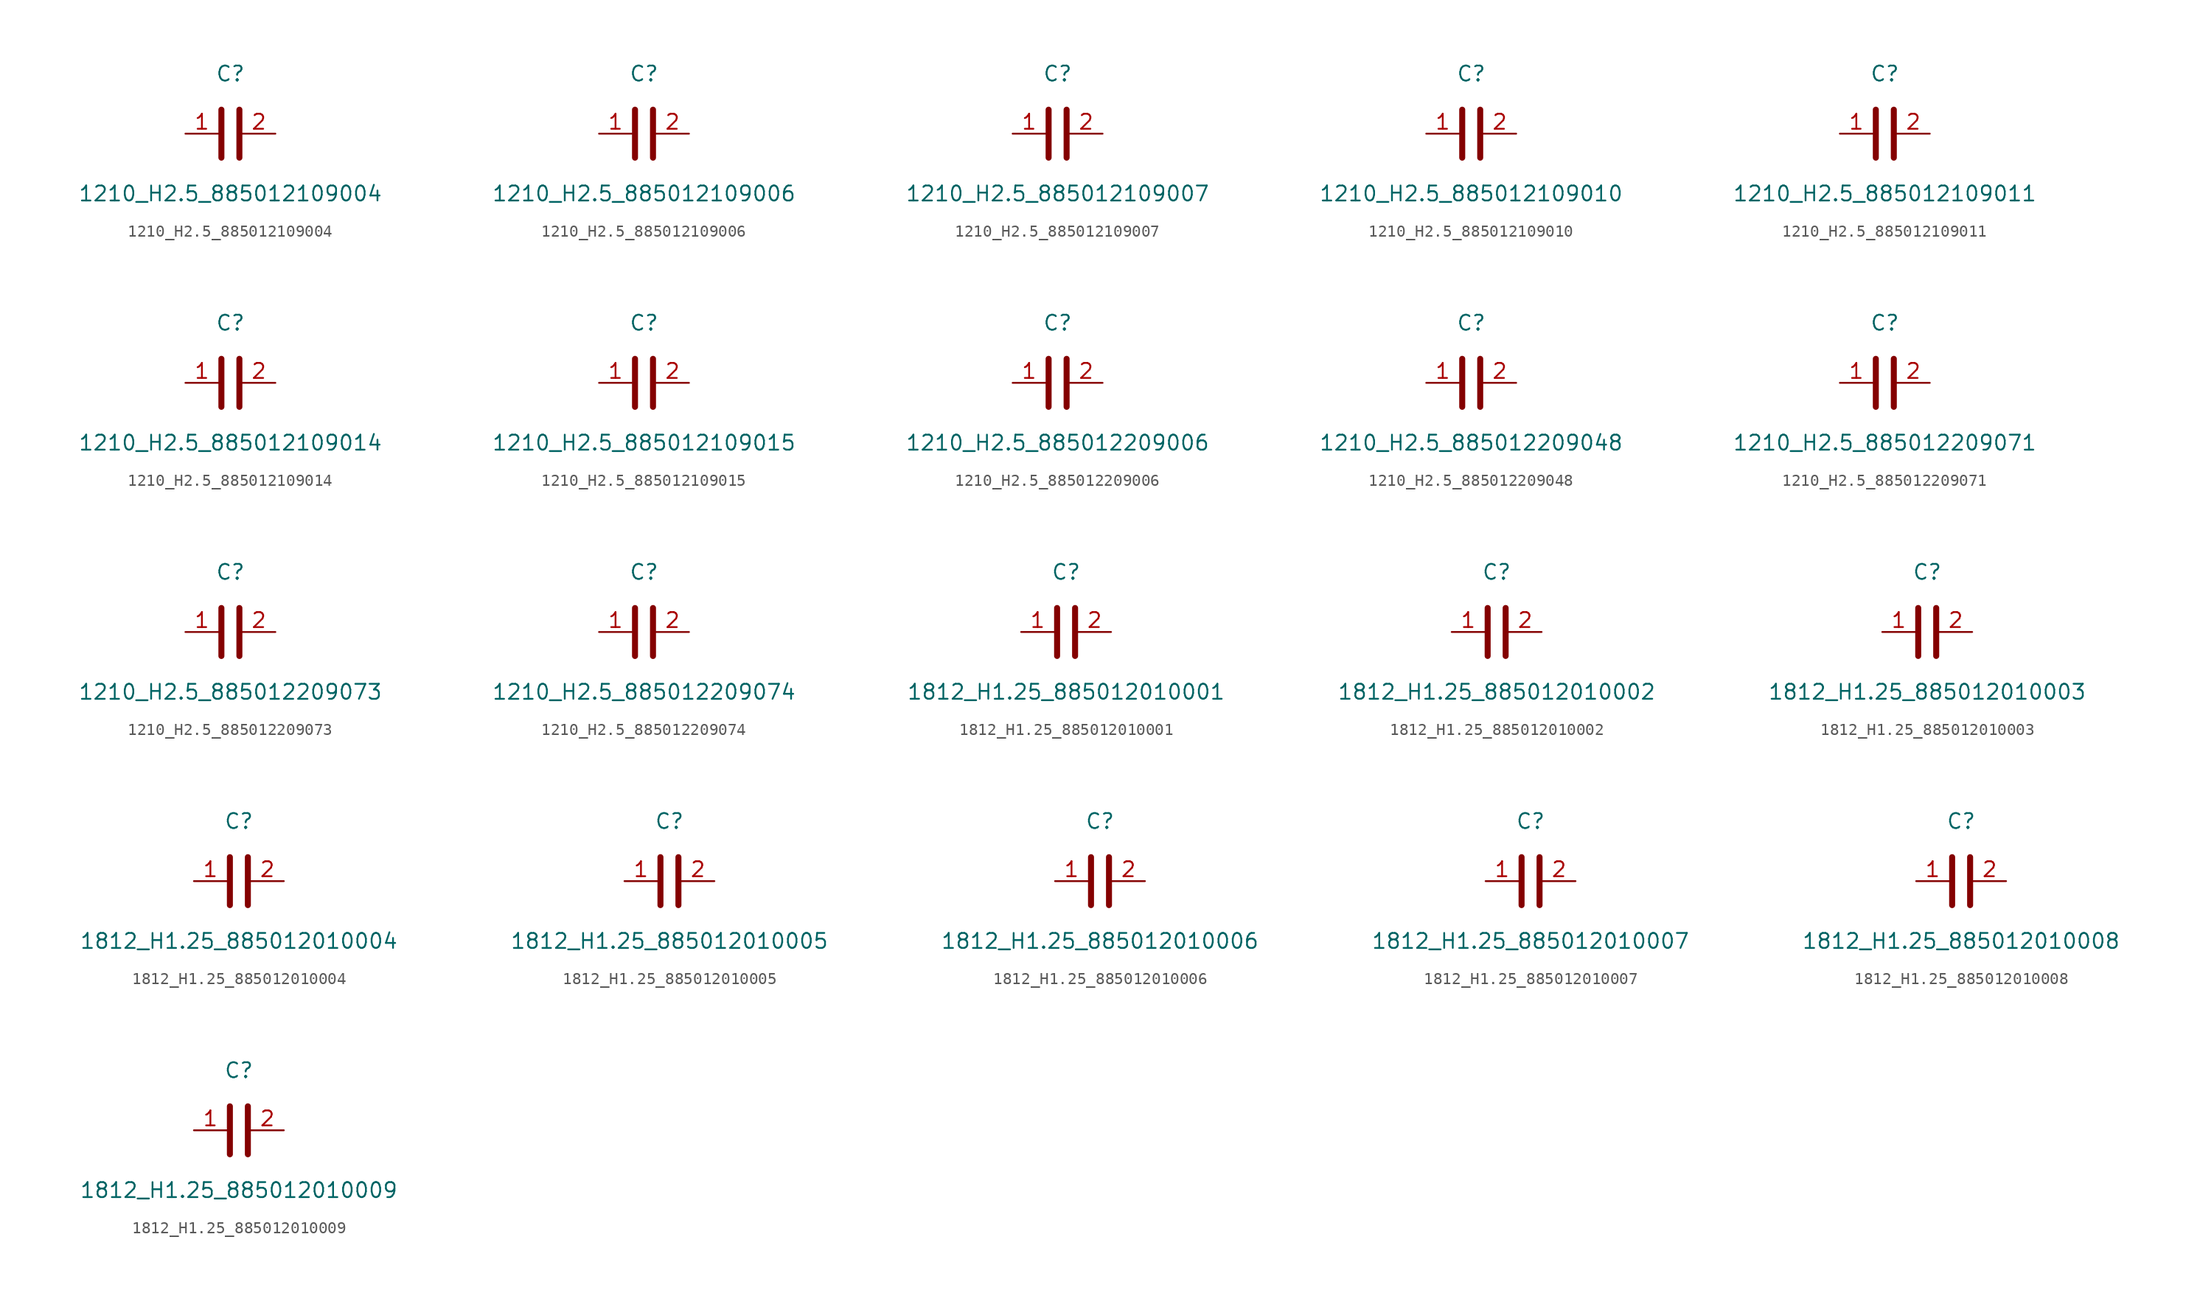
<source format=kicad_sym>
(kicad_symbol_lib
  (version 20220914)
  (generator kicad_symbol_editor)
  (symbol "1210_H2.5_885012109004"
    (pin_names hide)
    (property "Reference" "C"
      (at 0 5.08 0)
      (effects (font (size 1.27 1.27))))
    (property "Value" "1210_H2.5_885012109004"
      (at 0 -5.08 0)
      (effects (font (size 1.27 1.27))))
    (symbol "1210_H2.5_885012109004_0_1"
      (polyline (pts (xy -0.762 -2.032) (xy -0.762 2.032)) (stroke (width 0.508) (type default)) (fill (type none)))
      (polyline (pts (xy 0.762 -2.032) (xy 0.762 2.032)) (stroke (width 0.508) (type default)) (fill (type none))))
    (symbol "1210_H2.5_885012109004_1_1"
      (pin passive line (at -3.81 0 0) (length 2.794) (name "1" (effects (font (size 1.27 1.27)))) (number "1" (effects (font (size 1.27 1.27)))))
      (pin passive line (at 3.81 0 180) (length 2.794) (name "2" (effects (font (size 1.27 1.27)))) (number "2" (effects (font (size 1.27 1.27)))))))
  (symbol "1210_H2.5_885012109006"
    (pin_names hide)
    (property "Reference" "C"
      (at 0 5.08 0)
      (effects (font (size 1.27 1.27))))
    (property "Value" "1210_H2.5_885012109006"
      (at 0 -5.08 0)
      (effects (font (size 1.27 1.27))))
    (symbol "1210_H2.5_885012109006_0_1"
      (polyline (pts (xy -0.762 -2.032) (xy -0.762 2.032)) (stroke (width 0.508) (type default)) (fill (type none)))
      (polyline (pts (xy 0.762 -2.032) (xy 0.762 2.032)) (stroke (width 0.508) (type default)) (fill (type none))))
    (symbol "1210_H2.5_885012109006_1_1"
      (pin passive line (at -3.81 0 0) (length 2.794) (name "1" (effects (font (size 1.27 1.27)))) (number "1" (effects (font (size 1.27 1.27)))))
      (pin passive line (at 3.81 0 180) (length 2.794) (name "2" (effects (font (size 1.27 1.27)))) (number "2" (effects (font (size 1.27 1.27)))))))
  (symbol "1210_H2.5_885012109007"
    (pin_names hide)
    (property "Reference" "C"
      (at 0 5.08 0)
      (effects (font (size 1.27 1.27))))
    (property "Value" "1210_H2.5_885012109007"
      (at 0 -5.08 0)
      (effects (font (size 1.27 1.27))))
    (symbol "1210_H2.5_885012109007_0_1"
      (polyline (pts (xy -0.762 -2.032) (xy -0.762 2.032)) (stroke (width 0.508) (type default)) (fill (type none)))
      (polyline (pts (xy 0.762 -2.032) (xy 0.762 2.032)) (stroke (width 0.508) (type default)) (fill (type none))))
    (symbol "1210_H2.5_885012109007_1_1"
      (pin passive line (at -3.81 0 0) (length 2.794) (name "1" (effects (font (size 1.27 1.27)))) (number "1" (effects (font (size 1.27 1.27)))))
      (pin passive line (at 3.81 0 180) (length 2.794) (name "2" (effects (font (size 1.27 1.27)))) (number "2" (effects (font (size 1.27 1.27)))))))
  (symbol "1210_H2.5_885012109010"
    (pin_names hide)
    (property "Reference" "C"
      (at 0 5.08 0)
      (effects (font (size 1.27 1.27))))
    (property "Value" "1210_H2.5_885012109010"
      (at 0 -5.08 0)
      (effects (font (size 1.27 1.27))))
    (symbol "1210_H2.5_885012109010_0_1"
      (polyline (pts (xy -0.762 -2.032) (xy -0.762 2.032)) (stroke (width 0.508) (type default)) (fill (type none)))
      (polyline (pts (xy 0.762 -2.032) (xy 0.762 2.032)) (stroke (width 0.508) (type default)) (fill (type none))))
    (symbol "1210_H2.5_885012109010_1_1"
      (pin passive line (at -3.81 0 0) (length 2.794) (name "1" (effects (font (size 1.27 1.27)))) (number "1" (effects (font (size 1.27 1.27)))))
      (pin passive line (at 3.81 0 180) (length 2.794) (name "2" (effects (font (size 1.27 1.27)))) (number "2" (effects (font (size 1.27 1.27)))))))
  (symbol "1210_H2.5_885012109011"
    (pin_names hide)
    (property "Reference" "C"
      (at 0 5.08 0)
      (effects (font (size 1.27 1.27))))
    (property "Value" "1210_H2.5_885012109011"
      (at 0 -5.08 0)
      (effects (font (size 1.27 1.27))))
    (symbol "1210_H2.5_885012109011_0_1"
      (polyline (pts (xy -0.762 -2.032) (xy -0.762 2.032)) (stroke (width 0.508) (type default)) (fill (type none)))
      (polyline (pts (xy 0.762 -2.032) (xy 0.762 2.032)) (stroke (width 0.508) (type default)) (fill (type none))))
    (symbol "1210_H2.5_885012109011_1_1"
      (pin passive line (at -3.81 0 0) (length 2.794) (name "1" (effects (font (size 1.27 1.27)))) (number "1" (effects (font (size 1.27 1.27)))))
      (pin passive line (at 3.81 0 180) (length 2.794) (name "2" (effects (font (size 1.27 1.27)))) (number "2" (effects (font (size 1.27 1.27)))))))
  (symbol "1210_H2.5_885012109014"
    (pin_names hide)
    (property "Reference" "C"
      (at 0 5.08 0)
      (effects (font (size 1.27 1.27))))
    (property "Value" "1210_H2.5_885012109014"
      (at 0 -5.08 0)
      (effects (font (size 1.27 1.27))))
    (symbol "1210_H2.5_885012109014_0_1"
      (polyline (pts (xy -0.762 -2.032) (xy -0.762 2.032)) (stroke (width 0.508) (type default)) (fill (type none)))
      (polyline (pts (xy 0.762 -2.032) (xy 0.762 2.032)) (stroke (width 0.508) (type default)) (fill (type none))))
    (symbol "1210_H2.5_885012109014_1_1"
      (pin passive line (at -3.81 0 0) (length 2.794) (name "1" (effects (font (size 1.27 1.27)))) (number "1" (effects (font (size 1.27 1.27)))))
      (pin passive line (at 3.81 0 180) (length 2.794) (name "2" (effects (font (size 1.27 1.27)))) (number "2" (effects (font (size 1.27 1.27)))))))
  (symbol "1210_H2.5_885012109015"
    (pin_names hide)
    (property "Reference" "C"
      (at 0 5.08 0)
      (effects (font (size 1.27 1.27))))
    (property "Value" "1210_H2.5_885012109015"
      (at 0 -5.08 0)
      (effects (font (size 1.27 1.27))))
    (symbol "1210_H2.5_885012109015_0_1"
      (polyline (pts (xy -0.762 -2.032) (xy -0.762 2.032)) (stroke (width 0.508) (type default)) (fill (type none)))
      (polyline (pts (xy 0.762 -2.032) (xy 0.762 2.032)) (stroke (width 0.508) (type default)) (fill (type none))))
    (symbol "1210_H2.5_885012109015_1_1"
      (pin passive line (at -3.81 0 0) (length 2.794) (name "1" (effects (font (size 1.27 1.27)))) (number "1" (effects (font (size 1.27 1.27)))))
      (pin passive line (at 3.81 0 180) (length 2.794) (name "2" (effects (font (size 1.27 1.27)))) (number "2" (effects (font (size 1.27 1.27)))))))
  (symbol "1210_H2.5_885012209006"
    (pin_names hide)
    (property "Reference" "C"
      (at 0 5.08 0)
      (effects (font (size 1.27 1.27))))
    (property "Value" "1210_H2.5_885012209006"
      (at 0 -5.08 0)
      (effects (font (size 1.27 1.27))))
    (symbol "1210_H2.5_885012209006_0_1"
      (polyline (pts (xy -0.762 -2.032) (xy -0.762 2.032)) (stroke (width 0.508) (type default)) (fill (type none)))
      (polyline (pts (xy 0.762 -2.032) (xy 0.762 2.032)) (stroke (width 0.508) (type default)) (fill (type none))))
    (symbol "1210_H2.5_885012209006_1_1"
      (pin passive line (at -3.81 0 0) (length 2.794) (name "1" (effects (font (size 1.27 1.27)))) (number "1" (effects (font (size 1.27 1.27)))))
      (pin passive line (at 3.81 0 180) (length 2.794) (name "2" (effects (font (size 1.27 1.27)))) (number "2" (effects (font (size 1.27 1.27)))))))
  (symbol "1210_H2.5_885012209048"
    (pin_names hide)
    (property "Reference" "C"
      (at 0 5.08 0)
      (effects (font (size 1.27 1.27))))
    (property "Value" "1210_H2.5_885012209048"
      (at 0 -5.08 0)
      (effects (font (size 1.27 1.27))))
    (symbol "1210_H2.5_885012209048_0_1"
      (polyline (pts (xy -0.762 -2.032) (xy -0.762 2.032)) (stroke (width 0.508) (type default)) (fill (type none)))
      (polyline (pts (xy 0.762 -2.032) (xy 0.762 2.032)) (stroke (width 0.508) (type default)) (fill (type none))))
    (symbol "1210_H2.5_885012209048_1_1"
      (pin passive line (at -3.81 0 0) (length 2.794) (name "1" (effects (font (size 1.27 1.27)))) (number "1" (effects (font (size 1.27 1.27)))))
      (pin passive line (at 3.81 0 180) (length 2.794) (name "2" (effects (font (size 1.27 1.27)))) (number "2" (effects (font (size 1.27 1.27)))))))
  (symbol "1210_H2.5_885012209071"
    (pin_names hide)
    (property "Reference" "C"
      (at 0 5.08 0)
      (effects (font (size 1.27 1.27))))
    (property "Value" "1210_H2.5_885012209071"
      (at 0 -5.08 0)
      (effects (font (size 1.27 1.27))))
    (symbol "1210_H2.5_885012209071_0_1"
      (polyline (pts (xy -0.762 -2.032) (xy -0.762 2.032)) (stroke (width 0.508) (type default)) (fill (type none)))
      (polyline (pts (xy 0.762 -2.032) (xy 0.762 2.032)) (stroke (width 0.508) (type default)) (fill (type none))))
    (symbol "1210_H2.5_885012209071_1_1"
      (pin passive line (at -3.81 0 0) (length 2.794) (name "1" (effects (font (size 1.27 1.27)))) (number "1" (effects (font (size 1.27 1.27)))))
      (pin passive line (at 3.81 0 180) (length 2.794) (name "2" (effects (font (size 1.27 1.27)))) (number "2" (effects (font (size 1.27 1.27)))))))
  (symbol "1210_H2.5_885012209073"
    (pin_names hide)
    (property "Reference" "C"
      (at 0 5.08 0)
      (effects (font (size 1.27 1.27))))
    (property "Value" "1210_H2.5_885012209073"
      (at 0 -5.08 0)
      (effects (font (size 1.27 1.27))))
    (symbol "1210_H2.5_885012209073_0_1"
      (polyline (pts (xy -0.762 -2.032) (xy -0.762 2.032)) (stroke (width 0.508) (type default)) (fill (type none)))
      (polyline (pts (xy 0.762 -2.032) (xy 0.762 2.032)) (stroke (width 0.508) (type default)) (fill (type none))))
    (symbol "1210_H2.5_885012209073_1_1"
      (pin passive line (at -3.81 0 0) (length 2.794) (name "1" (effects (font (size 1.27 1.27)))) (number "1" (effects (font (size 1.27 1.27)))))
      (pin passive line (at 3.81 0 180) (length 2.794) (name "2" (effects (font (size 1.27 1.27)))) (number "2" (effects (font (size 1.27 1.27)))))))
  (symbol "1210_H2.5_885012209074"
    (pin_names hide)
    (property "Reference" "C"
      (at 0 5.08 0)
      (effects (font (size 1.27 1.27))))
    (property "Value" "1210_H2.5_885012209074"
      (at 0 -5.08 0)
      (effects (font (size 1.27 1.27))))
    (symbol "1210_H2.5_885012209074_0_1"
      (polyline (pts (xy -0.762 -2.032) (xy -0.762 2.032)) (stroke (width 0.508) (type default)) (fill (type none)))
      (polyline (pts (xy 0.762 -2.032) (xy 0.762 2.032)) (stroke (width 0.508) (type default)) (fill (type none))))
    (symbol "1210_H2.5_885012209074_1_1"
      (pin passive line (at -3.81 0 0) (length 2.794) (name "1" (effects (font (size 1.27 1.27)))) (number "1" (effects (font (size 1.27 1.27)))))
      (pin passive line (at 3.81 0 180) (length 2.794) (name "2" (effects (font (size 1.27 1.27)))) (number "2" (effects (font (size 1.27 1.27)))))))
  (symbol "1812_H1.25_885012010001"
    (pin_names hide)
    (property "Reference" "C"
      (at 0 5.08 0)
      (effects (font (size 1.27 1.27))))
    (property "Value" "1812_H1.25_885012010001"
      (at 0 -5.08 0)
      (effects (font (size 1.27 1.27))))
    (symbol "1812_H1.25_885012010001_0_1"
      (polyline (pts (xy -0.762 -2.032) (xy -0.762 2.032)) (stroke (width 0.508) (type default)) (fill (type none)))
      (polyline (pts (xy 0.762 -2.032) (xy 0.762 2.032)) (stroke (width 0.508) (type default)) (fill (type none))))
    (symbol "1812_H1.25_885012010001_1_1"
      (pin passive line (at -3.81 0 0) (length 2.794) (name "1" (effects (font (size 1.27 1.27)))) (number "1" (effects (font (size 1.27 1.27)))))
      (pin passive line (at 3.81 0 180) (length 2.794) (name "2" (effects (font (size 1.27 1.27)))) (number "2" (effects (font (size 1.27 1.27)))))))
  (symbol "1812_H1.25_885012010002"
    (pin_names hide)
    (property "Reference" "C"
      (at 0 5.08 0)
      (effects (font (size 1.27 1.27))))
    (property "Value" "1812_H1.25_885012010002"
      (at 0 -5.08 0)
      (effects (font (size 1.27 1.27))))
    (symbol "1812_H1.25_885012010002_0_1"
      (polyline (pts (xy -0.762 -2.032) (xy -0.762 2.032)) (stroke (width 0.508) (type default)) (fill (type none)))
      (polyline (pts (xy 0.762 -2.032) (xy 0.762 2.032)) (stroke (width 0.508) (type default)) (fill (type none))))
    (symbol "1812_H1.25_885012010002_1_1"
      (pin passive line (at -3.81 0 0) (length 2.794) (name "1" (effects (font (size 1.27 1.27)))) (number "1" (effects (font (size 1.27 1.27)))))
      (pin passive line (at 3.81 0 180) (length 2.794) (name "2" (effects (font (size 1.27 1.27)))) (number "2" (effects (font (size 1.27 1.27)))))))
  (symbol "1812_H1.25_885012010003"
    (pin_names hide)
    (property "Reference" "C"
      (at 0 5.08 0)
      (effects (font (size 1.27 1.27))))
    (property "Value" "1812_H1.25_885012010003"
      (at 0 -5.08 0)
      (effects (font (size 1.27 1.27))))
    (symbol "1812_H1.25_885012010003_0_1"
      (polyline (pts (xy -0.762 -2.032) (xy -0.762 2.032)) (stroke (width 0.508) (type default)) (fill (type none)))
      (polyline (pts (xy 0.762 -2.032) (xy 0.762 2.032)) (stroke (width 0.508) (type default)) (fill (type none))))
    (symbol "1812_H1.25_885012010003_1_1"
      (pin passive line (at -3.81 0 0) (length 2.794) (name "1" (effects (font (size 1.27 1.27)))) (number "1" (effects (font (size 1.27 1.27)))))
      (pin passive line (at 3.81 0 180) (length 2.794) (name "2" (effects (font (size 1.27 1.27)))) (number "2" (effects (font (size 1.27 1.27)))))))
  (symbol "1812_H1.25_885012010004"
    (pin_names hide)
    (property "Reference" "C"
      (at 0 5.08 0)
      (effects (font (size 1.27 1.27))))
    (property "Value" "1812_H1.25_885012010004"
      (at 0 -5.08 0)
      (effects (font (size 1.27 1.27))))
    (symbol "1812_H1.25_885012010004_0_1"
      (polyline (pts (xy -0.762 -2.032) (xy -0.762 2.032)) (stroke (width 0.508) (type default)) (fill (type none)))
      (polyline (pts (xy 0.762 -2.032) (xy 0.762 2.032)) (stroke (width 0.508) (type default)) (fill (type none))))
    (symbol "1812_H1.25_885012010004_1_1"
      (pin passive line (at -3.81 0 0) (length 2.794) (name "1" (effects (font (size 1.27 1.27)))) (number "1" (effects (font (size 1.27 1.27)))))
      (pin passive line (at 3.81 0 180) (length 2.794) (name "2" (effects (font (size 1.27 1.27)))) (number "2" (effects (font (size 1.27 1.27)))))))
  (symbol "1812_H1.25_885012010005"
    (pin_names hide)
    (property "Reference" "C"
      (at 0 5.08 0)
      (effects (font (size 1.27 1.27))))
    (property "Value" "1812_H1.25_885012010005"
      (at 0 -5.08 0)
      (effects (font (size 1.27 1.27))))
    (symbol "1812_H1.25_885012010005_0_1"
      (polyline (pts (xy -0.762 -2.032) (xy -0.762 2.032)) (stroke (width 0.508) (type default)) (fill (type none)))
      (polyline (pts (xy 0.762 -2.032) (xy 0.762 2.032)) (stroke (width 0.508) (type default)) (fill (type none))))
    (symbol "1812_H1.25_885012010005_1_1"
      (pin passive line (at -3.81 0 0) (length 2.794) (name "1" (effects (font (size 1.27 1.27)))) (number "1" (effects (font (size 1.27 1.27)))))
      (pin passive line (at 3.81 0 180) (length 2.794) (name "2" (effects (font (size 1.27 1.27)))) (number "2" (effects (font (size 1.27 1.27)))))))
  (symbol "1812_H1.25_885012010006"
    (pin_names hide)
    (property "Reference" "C"
      (at 0 5.08 0)
      (effects (font (size 1.27 1.27))))
    (property "Value" "1812_H1.25_885012010006"
      (at 0 -5.08 0)
      (effects (font (size 1.27 1.27))))
    (symbol "1812_H1.25_885012010006_0_1"
      (polyline (pts (xy -0.762 -2.032) (xy -0.762 2.032)) (stroke (width 0.508) (type default)) (fill (type none)))
      (polyline (pts (xy 0.762 -2.032) (xy 0.762 2.032)) (stroke (width 0.508) (type default)) (fill (type none))))
    (symbol "1812_H1.25_885012010006_1_1"
      (pin passive line (at -3.81 0 0) (length 2.794) (name "1" (effects (font (size 1.27 1.27)))) (number "1" (effects (font (size 1.27 1.27)))))
      (pin passive line (at 3.81 0 180) (length 2.794) (name "2" (effects (font (size 1.27 1.27)))) (number "2" (effects (font (size 1.27 1.27)))))))
  (symbol "1812_H1.25_885012010007"
    (pin_names hide)
    (property "Reference" "C"
      (at 0 5.08 0)
      (effects (font (size 1.27 1.27))))
    (property "Value" "1812_H1.25_885012010007"
      (at 0 -5.08 0)
      (effects (font (size 1.27 1.27))))
    (symbol "1812_H1.25_885012010007_0_1"
      (polyline (pts (xy -0.762 -2.032) (xy -0.762 2.032)) (stroke (width 0.508) (type default)) (fill (type none)))
      (polyline (pts (xy 0.762 -2.032) (xy 0.762 2.032)) (stroke (width 0.508) (type default)) (fill (type none))))
    (symbol "1812_H1.25_885012010007_1_1"
      (pin passive line (at -3.81 0 0) (length 2.794) (name "1" (effects (font (size 1.27 1.27)))) (number "1" (effects (font (size 1.27 1.27)))))
      (pin passive line (at 3.81 0 180) (length 2.794) (name "2" (effects (font (size 1.27 1.27)))) (number "2" (effects (font (size 1.27 1.27)))))))
  (symbol "1812_H1.25_885012010008"
    (pin_names hide)
    (property "Reference" "C"
      (at 0 5.08 0)
      (effects (font (size 1.27 1.27))))
    (property "Value" "1812_H1.25_885012010008"
      (at 0 -5.08 0)
      (effects (font (size 1.27 1.27))))
    (symbol "1812_H1.25_885012010008_0_1"
      (polyline (pts (xy -0.762 -2.032) (xy -0.762 2.032)) (stroke (width 0.508) (type default)) (fill (type none)))
      (polyline (pts (xy 0.762 -2.032) (xy 0.762 2.032)) (stroke (width 0.508) (type default)) (fill (type none))))
    (symbol "1812_H1.25_885012010008_1_1"
      (pin passive line (at -3.81 0 0) (length 2.794) (name "1" (effects (font (size 1.27 1.27)))) (number "1" (effects (font (size 1.27 1.27)))))
      (pin passive line (at 3.81 0 180) (length 2.794) (name "2" (effects (font (size 1.27 1.27)))) (number "2" (effects (font (size 1.27 1.27)))))))
  (symbol "1812_H1.25_885012010009"
    (pin_names hide)
    (property "Reference" "C"
      (at 0 5.08 0)
      (effects (font (size 1.27 1.27))))
    (property "Value" "1812_H1.25_885012010009"
      (at 0 -5.08 0)
      (effects (font (size 1.27 1.27))))
    (symbol "1812_H1.25_885012010009_0_1"
      (polyline (pts (xy -0.762 -2.032) (xy -0.762 2.032)) (stroke (width 0.508) (type default)) (fill (type none)))
      (polyline (pts (xy 0.762 -2.032) (xy 0.762 2.032)) (stroke (width 0.508) (type default)) (fill (type none))))
    (symbol "1812_H1.25_885012010009_1_1"
      (pin passive line (at -3.81 0 0) (length 2.794) (name "1" (effects (font (size 1.27 1.27)))) (number "1" (effects (font (size 1.27 1.27)))))
      (pin passive line (at 3.81 0 180) (length 2.794) (name "2" (effects (font (size 1.27 1.27)))) (number "2" (effects (font (size 1.27 1.27))))))))
</source>
